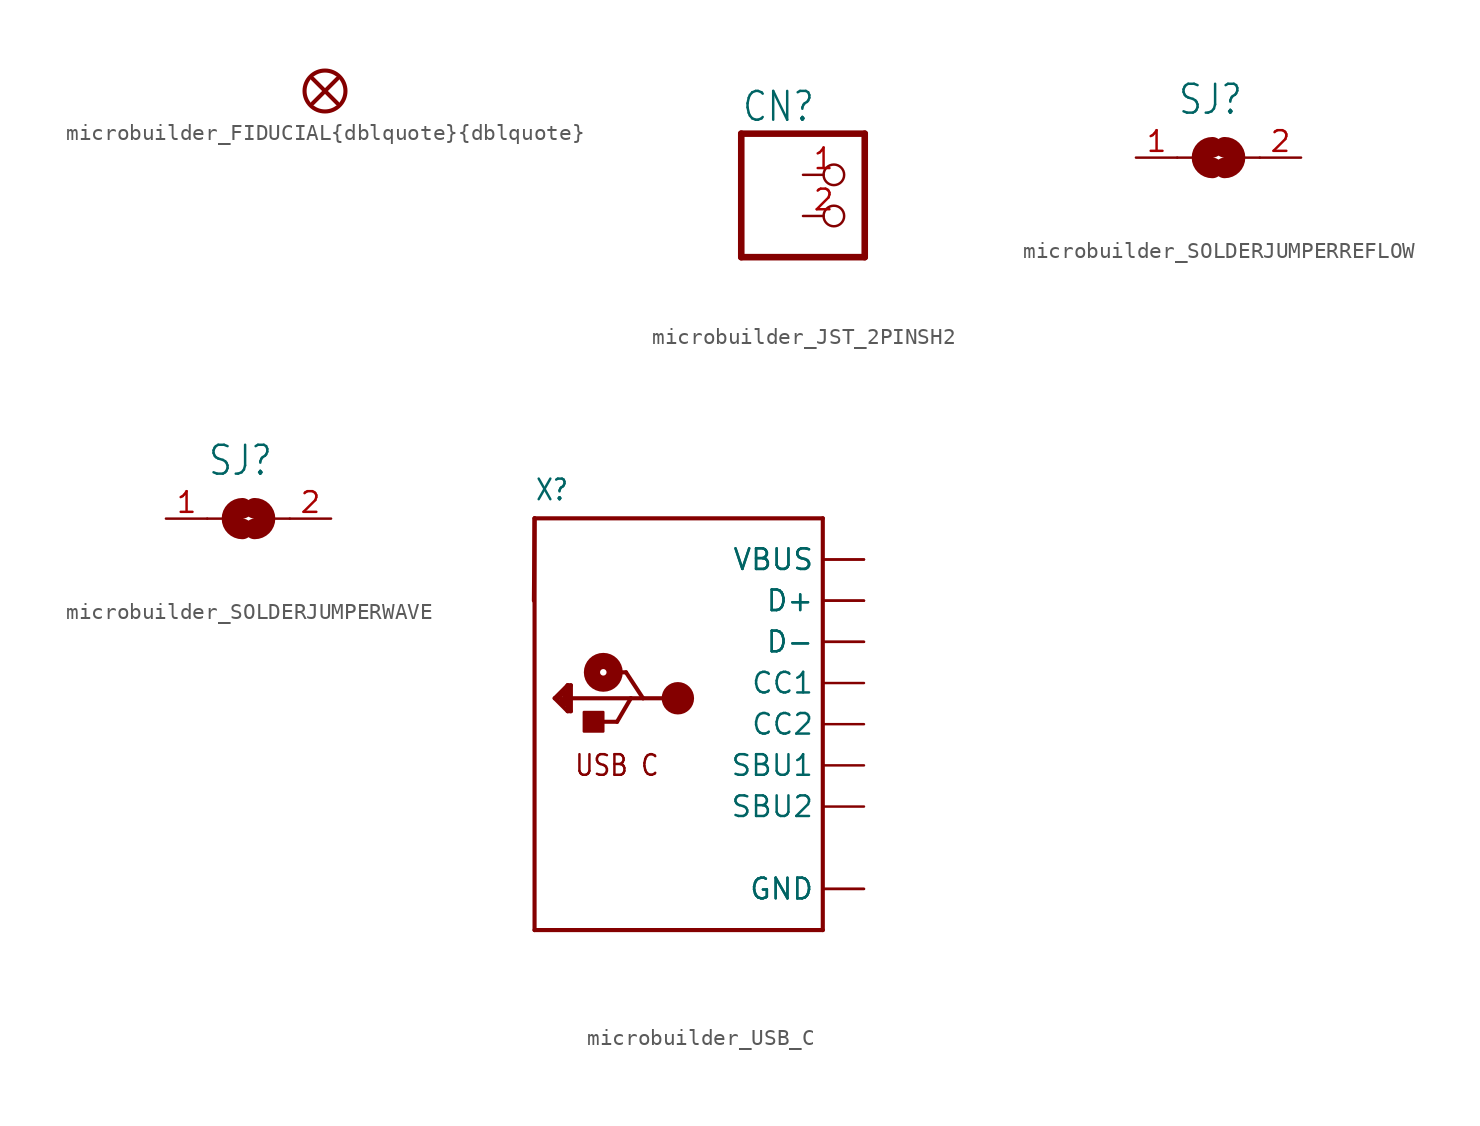
<source format=kicad_sym>
(kicad_symbol_lib
  (version 20220914)
  (generator kicad_symbol_editor)
  (symbol "microbuilder_FIDUCIAL{dblquote}{dblquote}"
    (property "Reference" "FID"
      (at 0 0 0)
      (effects (font (size 1.27 1.27)) hide))
    (property "ki_locked" ""
      (at 0 0 0)
      (effects (font (size 1.27 1.27))))
    (symbol "microbuilder_FIDUCIAL{dblquote}{dblquote}_1_0"
      (polyline (pts (xy -0.762 0.762) (xy 0.762 -0.762)) (stroke (width 0.254) (type solid)) (fill (type none)))
      (polyline (pts (xy 0.762 0.762) (xy -0.762 -0.762)) (stroke (width 0.254) (type solid)) (fill (type none)))
      (circle (center 0 0) (radius 1.27) (stroke (width 0.254) (type solid)) (fill (type none)))))
  (symbol "microbuilder_JST_2PINSH2"
    (property "Reference" "CN"
      (at -6.35 5.715 0)
      (effects (font (size 1.778 1.511)) (justify left bottom)))
    (property "Value" ""
      (at -6.35 -5.08 0)
      (effects (font (size 1.778 1.511)) (justify left bottom)))
    (property "ki_locked" ""
      (at 0 0 0)
      (effects (font (size 1.27 1.27))))
    (symbol "microbuilder_JST_2PINSH2_1_0"
      (polyline (pts (xy -6.35 -2.54) (xy 1.27 -2.54)) (stroke (width 0.406) (type solid)) (fill (type none)))
      (polyline (pts (xy -6.35 5.08) (xy -6.35 -2.54)) (stroke (width 0.406) (type solid)) (fill (type none)))
      (polyline (pts (xy 1.27 -2.54) (xy 1.27 5.08)) (stroke (width 0.406) (type solid)) (fill (type none)))
      (polyline (pts (xy 1.27 5.08) (xy -6.35 5.08)) (stroke (width 0.406) (type solid)) (fill (type none)))
      (pin passive inverted (at -2.54 2.54 0) (length 2.54) (name "1" (effects (font (size 0 0)))) (number "1" (effects (font (size 1.27 1.27)))))
      (pin passive inverted (at -2.54 0 0) (length 2.54) (name "2" (effects (font (size 0 0)))) (number "2" (effects (font (size 1.27 1.27)))))))
  (symbol "microbuilder_SOLDERJUMPERREFLOW"
    (property "Reference" "SJ"
      (at -2.54 2.54 0)
      (effects (font (size 1.778 1.511)) (justify left bottom)))
    (property "Value" ""
      (at -2.54 -3.81 0)
      (effects (font (size 1.778 1.511)) (justify left bottom)))
    (property "ki_locked" ""
      (at 0 0 0)
      (effects (font (size 1.27 1.27))))
    (symbol "microbuilder_SOLDERJUMPERREFLOW_1_0"
      (arc (start -0.3808 0.635) (mid -1.0159 0.0001) (end -0.381 -0.635) (stroke (width 1.27) (type solid)) (fill (type none)))
      (polyline (pts (xy -2.54 0) (xy -1.651 0)) (stroke (width 0.152) (type solid)) (fill (type none)))
      (polyline (pts (xy 2.54 0) (xy 1.651 0)) (stroke (width 0.152) (type solid)) (fill (type none)))
      (arc (start 0.3808 -0.635) (mid 1.0159 -0.0001) (end 0.381 0.635) (stroke (width 1.27) (type solid)) (fill (type none)))
      (pin passive line (at -5.08 0 0) (length 2.54) (name "1" (effects (font (size 0 0)))) (number "1" (effects (font (size 1.27 1.27)))))
      (pin passive line (at 5.08 0 180) (length 2.54) (name "2" (effects (font (size 0 0)))) (number "2" (effects (font (size 1.27 1.27)))))))
  (symbol "microbuilder_SOLDERJUMPERWAVE"
    (property "Reference" "SJ"
      (at -2.54 2.54 0)
      (effects (font (size 1.778 1.511)) (justify left bottom)))
    (property "Value" ""
      (at -2.54 -3.81 0)
      (effects (font (size 1.778 1.511)) (justify left bottom)))
    (property "ki_locked" ""
      (at 0 0 0)
      (effects (font (size 1.27 1.27))))
    (symbol "microbuilder_SOLDERJUMPERWAVE_1_0"
      (arc (start -0.3808 0.635) (mid -1.0159 0.0001) (end -0.381 -0.635) (stroke (width 1.27) (type solid)) (fill (type none)))
      (polyline (pts (xy -2.54 0) (xy -1.651 0)) (stroke (width 0.152) (type solid)) (fill (type none)))
      (polyline (pts (xy 2.54 0) (xy 1.651 0)) (stroke (width 0.152) (type solid)) (fill (type none)))
      (arc (start 0.3808 -0.635) (mid 1.0159 -0.0001) (end 0.381 0.635) (stroke (width 1.27) (type solid)) (fill (type none)))
      (pin passive line (at -5.08 0 0) (length 2.54) (name "1" (effects (font (size 0 0)))) (number "1" (effects (font (size 1.27 1.27)))))
      (pin passive line (at 5.08 0 180) (length 2.54) (name "2" (effects (font (size 0 0)))) (number "2" (effects (font (size 1.27 1.27)))))))
  (symbol "microbuilder_USB_C"
    (property "Reference" "X"
      (at -10.16 13.716 0)
      (effects (font (size 1.27 1.079)) (justify left bottom)))
    (property "Value" ""
      (at -10.16 -15.24 0)
      (effects (font (size 1.27 1.079)) (justify left bottom)))
    (property "ki_locked" ""
      (at 0 0 0)
      (effects (font (size 1.27 1.27))))
    (symbol "microbuilder_USB_C_1_0"
      (rectangle (start -7.12 -0.45) (end -5.92 0.75) (stroke (width 0) (type default)) (fill (type outline)))
      (circle (center -5.92 3.2) (radius 0.2) (stroke (width 1) (type solid)) (fill (type none)))
      (circle (center -1.32 1.6) (radius 0.5) (stroke (width 1) (type solid)) (fill (type none)))
      (polyline (pts (xy -10.2 7.62) (xy -10.16 12.7)) (stroke (width 0.254) (type solid)) (fill (type none)))
      (polyline (pts (xy -10.16 -12.7) (xy 7.62 -12.7)) (stroke (width 0.254) (type solid)) (fill (type none)))
      (polyline (pts (xy -10.16 12.7) (xy -10.16 -12.7)) (stroke (width 0.254) (type solid)) (fill (type none)))
      (polyline (pts (xy -10.16 12.7) (xy 7.62 12.7)) (stroke (width 0.254) (type solid)) (fill (type none)))
      (polyline (pts (xy -8.92 1.6) (xy -8.12 2.4)) (stroke (width 0.254) (type solid)) (fill (type none)))
      (polyline (pts (xy -8.52 1.4) (xy -8.32 1.2)) (stroke (width 0.254) (type solid)) (fill (type none)))
      (polyline (pts (xy -8.52 1.6) (xy -8.52 1.4)) (stroke (width 0.254) (type solid)) (fill (type none)))
      (polyline (pts (xy -8.32 1.2) (xy -8.32 2)) (stroke (width 0.254) (type solid)) (fill (type none)))
      (polyline (pts (xy -8.32 2) (xy -8.72 1.6)) (stroke (width 0.254) (type solid)) (fill (type none)))
      (polyline (pts (xy -8.12 0.8) (xy -8.92 1.6)) (stroke (width 0.254) (type solid)) (fill (type none)))
      (polyline (pts (xy -8.12 1) (xy -8.12 2.4)) (stroke (width 0.254) (type solid)) (fill (type none)))
      (polyline (pts (xy -8.12 2.4) (xy -7.92 2.4)) (stroke (width 0.254) (type solid)) (fill (type none)))
      (polyline (pts (xy -7.92 0.8) (xy -8.12 0.8)) (stroke (width 0.254) (type solid)) (fill (type none)))
      (polyline (pts (xy -7.92 1.6) (xy -7.92 0.8)) (stroke (width 0.254) (type solid)) (fill (type none)))
      (polyline (pts (xy -7.92 2.4) (xy -7.92 1.6)) (stroke (width 0.254) (type solid)) (fill (type none)))
      (polyline (pts (xy -6.27 0.15) (xy -5.07 0.15)) (stroke (width 0.254) (type solid)) (fill (type none)))
      (polyline (pts (xy -5.52 3.2) (xy -4.52 3.2)) (stroke (width 0.254) (type solid)) (fill (type none)))
      (polyline (pts (xy -5.07 0.15) (xy -4.22 1.6)) (stroke (width 0.254) (type solid)) (fill (type none)))
      (polyline (pts (xy -4.52 3.2) (xy -3.47 1.6)) (stroke (width 0.254) (type solid)) (fill (type none)))
      (polyline (pts (xy -4.22 1.6) (xy -7.92 1.6)) (stroke (width 0.254) (type solid)) (fill (type none)))
      (polyline (pts (xy -3.47 1.6) (xy -4.22 1.6)) (stroke (width 0.254) (type solid)) (fill (type none)))
      (polyline (pts (xy -1.32 1.6) (xy -3.47 1.6)) (stroke (width 0.254) (type solid)) (fill (type none)))
      (polyline (pts (xy 7.62 12.7) (xy 7.62 -12.7)) (stroke (width 0.254) (type solid)) (fill (type none)))
      (text "USB C" (at -5.08 -2.54 0) (effects (font (size 1.27 1.079))))
      (pin power_in line (at 10.16 -10.16 180) (length 2.54) (name "GND" (effects (font (size 1.27 1.27)))) (number "A1B12" (effects (font (size 0 0)))))
      (pin power_in line (at 10.16 10.16 180) (length 2.54) (name "VBUS" (effects (font (size 1.27 1.27)))) (number "A4B9" (effects (font (size 0 0)))))
      (pin bidirectional line (at 10.16 2.54 180) (length 2.54) (name "CC1" (effects (font (size 1.27 1.27)))) (number "A5" (effects (font (size 0 0)))))
      (pin bidirectional line (at 10.16 7.62 180) (length 2.54) (name "D+" (effects (font (size 1.27 1.27)))) (number "A6" (effects (font (size 0 0)))))
      (pin bidirectional line (at 10.16 5.08 180) (length 2.54) (name "D-" (effects (font (size 1.27 1.27)))) (number "A7" (effects (font (size 0 0)))))
      (pin bidirectional line (at 10.16 -2.54 180) (length 2.54) (name "SBU1" (effects (font (size 1.27 1.27)))) (number "A8" (effects (font (size 0 0)))))
      (pin power_in line (at 10.16 -10.16 180) (length 2.54) (name "GND" (effects (font (size 1.27 1.27)))) (number "B1A12" (effects (font (size 0 0)))))
      (pin power_in line (at 10.16 10.16 180) (length 2.54) (name "VBUS" (effects (font (size 1.27 1.27)))) (number "B4A9" (effects (font (size 0 0)))))
      (pin bidirectional line (at 10.16 0 180) (length 2.54) (name "CC2" (effects (font (size 1.27 1.27)))) (number "B5" (effects (font (size 0 0)))))
      (pin bidirectional line (at 10.16 7.62 180) (length 2.54) (name "D+" (effects (font (size 1.27 1.27)))) (number "B6" (effects (font (size 0 0)))))
      (pin bidirectional line (at 10.16 5.08 180) (length 2.54) (name "D-" (effects (font (size 1.27 1.27)))) (number "B7" (effects (font (size 0 0)))))
      (pin bidirectional line (at 10.16 -5.08 180) (length 2.54) (name "SBU2" (effects (font (size 1.27 1.27)))) (number "B8" (effects (font (size 0 0))))))))
</source>
